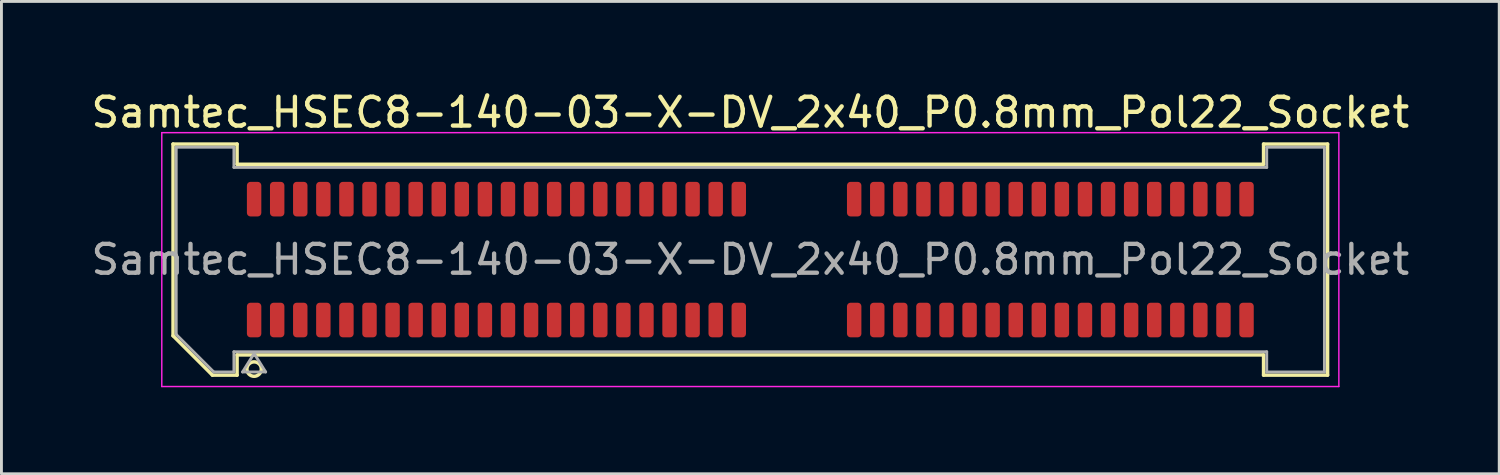
<source format=kicad_pcb>
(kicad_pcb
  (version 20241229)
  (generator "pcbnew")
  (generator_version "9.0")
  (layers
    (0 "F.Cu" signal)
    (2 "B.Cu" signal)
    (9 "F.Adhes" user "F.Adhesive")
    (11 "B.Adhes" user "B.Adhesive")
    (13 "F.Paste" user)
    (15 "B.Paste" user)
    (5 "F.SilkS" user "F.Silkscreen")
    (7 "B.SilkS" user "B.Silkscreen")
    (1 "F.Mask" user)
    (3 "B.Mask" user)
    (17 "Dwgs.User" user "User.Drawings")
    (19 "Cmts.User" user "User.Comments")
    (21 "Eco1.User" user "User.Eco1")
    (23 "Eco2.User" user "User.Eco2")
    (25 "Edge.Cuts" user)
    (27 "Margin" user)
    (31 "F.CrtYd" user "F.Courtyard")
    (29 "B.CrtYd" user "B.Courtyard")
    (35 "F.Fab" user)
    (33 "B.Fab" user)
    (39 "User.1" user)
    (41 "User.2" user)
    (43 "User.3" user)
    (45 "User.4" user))
  (footprint "Samtec_HSEC8-140-03-X-DV_2x40_P0.8mm_Pol22_Socket"
    (layer "F.Cu")
    (at 22.958 5.948)
    (property "Reference" "Samtec_HSEC8-140-03-X-DV_2x40_P0.8mm_Pol22_Socket" (at 0 -5.1 0) (layer "F.SilkS") (effects (font (size 1 1) (thickness 0.15))))
    (attr smd)
    (fp_line (start -20.01 -4.005) (end -17.79 -4.005) (stroke (width 0.12) (type solid)) (layer "F.SilkS"))
    (fp_line (start -20.01 2.641) (end -20.01 -4.005) (stroke (width 0.12) (type solid)) (layer "F.SilkS"))
    (fp_line (start -18.646 4.005) (end -20.01 2.641) (stroke (width 0.12) (type solid)) (layer "F.SilkS"))
    (fp_line (start -17.79 -4.005) (end -17.79 -3.305) (stroke (width 0.12) (type solid)) (layer "F.SilkS"))
    (fp_line (start -17.79 -3.305) (end 17.79 -3.305) (stroke (width 0.12) (type solid)) (layer "F.SilkS"))
    (fp_line (start -17.79 3.305) (end -17.79 4.005) (stroke (width 0.12) (type solid)) (layer "F.SilkS"))
    (fp_line (start -17.79 4.005) (end -18.646 4.005) (stroke (width 0.12) (type solid)) (layer "F.SilkS"))
    (fp_line (start 17.79 -4.005) (end 20.01 -4.005) (stroke (width 0.12) (type solid)) (layer "F.SilkS"))
    (fp_line (start 17.79 -3.305) (end 17.79 -4.005) (stroke (width 0.12) (type solid)) (layer "F.SilkS"))
    (fp_line (start 17.79 3.305) (end -17.79 3.305) (stroke (width 0.12) (type solid)) (layer "F.SilkS"))
    (fp_line (start 17.79 4.005) (end 17.79 3.305) (stroke (width 0.12) (type solid)) (layer "F.SilkS"))
    (fp_line (start 20.01 -4.005) (end 20.01 4.005) (stroke (width 0.12) (type solid)) (layer "F.SilkS"))
    (fp_line (start 20.01 4.005) (end 17.79 4.005) (stroke (width 0.12) (type solid)) (layer "F.SilkS"))
    (fp_arc (start -16.95 3.795) (mid -17.45 3.795) (end -16.95 3.795) (stroke (width 0.12) (type solid)) (layer "F.SilkS"))
    (fp_line (start -20.4 -4.4) (end -20.4 4.4) (stroke (width 0.05) (type solid)) (layer "F.CrtYd"))
    (fp_line (start -20.4 4.4) (end 20.4 4.4) (stroke (width 0.05) (type solid)) (layer "F.CrtYd"))
    (fp_line (start 20.4 -4.4) (end -20.4 -4.4) (stroke (width 0.05) (type solid)) (layer "F.CrtYd"))
    (fp_line (start 20.4 4.4) (end 20.4 -4.4) (stroke (width 0.05) (type solid)) (layer "F.CrtYd"))
    (fp_line (start -19.9 -3.895) (end -17.9 -3.895) (stroke (width 0.1) (type solid)) (layer "F.Fab"))
    (fp_line (start -19.9 2.595) (end -19.9 -3.895) (stroke (width 0.1) (type solid)) (layer "F.Fab"))
    (fp_line (start -18.6 3.895) (end -19.9 2.595) (stroke (width 0.1) (type solid)) (layer "F.Fab"))
    (fp_line (start -17.9 -3.895) (end -17.9 -3.195) (stroke (width 0.1) (type solid)) (layer "F.Fab"))
    (fp_line (start -17.9 -3.195) (end 17.9 -3.195) (stroke (width 0.1) (type solid)) (layer "F.Fab"))
    (fp_line (start -17.9 3.195) (end -17.9 3.895) (stroke (width 0.1) (type solid)) (layer "F.Fab"))
    (fp_line (start -17.9 3.895) (end -18.6 3.895) (stroke (width 0.1) (type solid)) (layer "F.Fab"))
    (fp_line (start -17.6 3.895) (end -17.2 3.255) (stroke (width 0.1) (type solid)) (layer "F.Fab"))
    (fp_line (start -17.2 3.255) (end -16.8 3.895) (stroke (width 0.1) (type solid)) (layer "F.Fab"))
    (fp_line (start -16.8 3.895) (end -17.6 3.895) (stroke (width 0.1) (type solid)) (layer "F.Fab"))
    (fp_line (start 17.9 -3.895) (end 19.9 -3.895) (stroke (width 0.1) (type solid)) (layer "F.Fab"))
    (fp_line (start 17.9 -3.195) (end 17.9 -3.895) (stroke (width 0.1) (type solid)) (layer "F.Fab"))
    (fp_line (start 17.9 3.195) (end -17.9 3.195) (stroke (width 0.1) (type solid)) (layer "F.Fab"))
    (fp_line (start 17.9 3.895) (end 17.9 3.195) (stroke (width 0.1) (type solid)) (layer "F.Fab"))
    (fp_line (start 19.9 -3.895) (end 19.9 3.895) (stroke (width 0.1) (type solid)) (layer "F.Fab"))
    (fp_line (start 19.9 3.895) (end 17.9 3.895) (stroke (width 0.1) (type solid)) (layer "F.Fab"))
    (fp_text user "${REFERENCE}" (at 0 0 0) (layer "F.Fab") (effects (font (size 1 1) (thickness 0.15))))
    (pad "1" smd roundrect (at -17.2 2.095) (size 0.5 1.2) (layers "F.Cu" "F.Mask" "F.Paste") (roundrect_rratio 0.25))
    (pad "2" smd roundrect (at -17.2 -2.095) (size 0.5 1.2) (layers "F.Cu" "F.Mask" "F.Paste") (roundrect_rratio 0.25))
    (pad "3" smd roundrect (at -16.4 2.095) (size 0.5 1.2) (layers "F.Cu" "F.Mask" "F.Paste") (roundrect_rratio 0.25))
    (pad "4" smd roundrect (at -16.4 -2.095) (size 0.5 1.2) (layers "F.Cu" "F.Mask" "F.Paste") (roundrect_rratio 0.25))
    (pad "5" smd roundrect (at -15.6 2.095) (size 0.5 1.2) (layers "F.Cu" "F.Mask" "F.Paste") (roundrect_rratio 0.25))
    (pad "6" smd roundrect (at -15.6 -2.095) (size 0.5 1.2) (layers "F.Cu" "F.Mask" "F.Paste") (roundrect_rratio 0.25))
    (pad "7" smd roundrect (at -14.8 2.095) (size 0.5 1.2) (layers "F.Cu" "F.Mask" "F.Paste") (roundrect_rratio 0.25))
    (pad "8" smd roundrect (at -14.8 -2.095) (size 0.5 1.2) (layers "F.Cu" "F.Mask" "F.Paste") (roundrect_rratio 0.25))
    (pad "9" smd roundrect (at -14 2.095) (size 0.5 1.2) (layers "F.Cu" "F.Mask" "F.Paste") (roundrect_rratio 0.25))
    (pad "10" smd roundrect (at -14 -2.095) (size 0.5 1.2) (layers "F.Cu" "F.Mask" "F.Paste") (roundrect_rratio 0.25))
    (pad "11" smd roundrect (at -13.2 2.095) (size 0.5 1.2) (layers "F.Cu" "F.Mask" "F.Paste") (roundrect_rratio 0.25))
    (pad "12" smd roundrect (at -13.2 -2.095) (size 0.5 1.2) (layers "F.Cu" "F.Mask" "F.Paste") (roundrect_rratio 0.25))
    (pad "13" smd roundrect (at -12.4 2.095) (size 0.5 1.2) (layers "F.Cu" "F.Mask" "F.Paste") (roundrect_rratio 0.25))
    (pad "14" smd roundrect (at -12.4 -2.095) (size 0.5 1.2) (layers "F.Cu" "F.Mask" "F.Paste") (roundrect_rratio 0.25))
    (pad "15" smd roundrect (at -11.6 2.095) (size 0.5 1.2) (layers "F.Cu" "F.Mask" "F.Paste") (roundrect_rratio 0.25))
    (pad "16" smd roundrect (at -11.6 -2.095) (size 0.5 1.2) (layers "F.Cu" "F.Mask" "F.Paste") (roundrect_rratio 0.25))
    (pad "17" smd roundrect (at -10.8 2.095) (size 0.5 1.2) (layers "F.Cu" "F.Mask" "F.Paste") (roundrect_rratio 0.25))
    (pad "18" smd roundrect (at -10.8 -2.095) (size 0.5 1.2) (layers "F.Cu" "F.Mask" "F.Paste") (roundrect_rratio 0.25))
    (pad "19" smd roundrect (at -10 2.095) (size 0.5 1.2) (layers "F.Cu" "F.Mask" "F.Paste") (roundrect_rratio 0.25))
    (pad "20" smd roundrect (at -10 -2.095) (size 0.5 1.2) (layers "F.Cu" "F.Mask" "F.Paste") (roundrect_rratio 0.25))
    (pad "21" smd roundrect (at -9.2 2.095) (size 0.5 1.2) (layers "F.Cu" "F.Mask" "F.Paste") (roundrect_rratio 0.25))
    (pad "22" smd roundrect (at -9.2 -2.095) (size 0.5 1.2) (layers "F.Cu" "F.Mask" "F.Paste") (roundrect_rratio 0.25))
    (pad "23" smd roundrect (at -8.4 2.095) (size 0.5 1.2) (layers "F.Cu" "F.Mask" "F.Paste") (roundrect_rratio 0.25))
    (pad "24" smd roundrect (at -8.4 -2.095) (size 0.5 1.2) (layers "F.Cu" "F.Mask" "F.Paste") (roundrect_rratio 0.25))
    (pad "25" smd roundrect (at -7.6 2.095) (size 0.5 1.2) (layers "F.Cu" "F.Mask" "F.Paste") (roundrect_rratio 0.25))
    (pad "26" smd roundrect (at -7.6 -2.095) (size 0.5 1.2) (layers "F.Cu" "F.Mask" "F.Paste") (roundrect_rratio 0.25))
    (pad "27" smd roundrect (at -6.8 2.095) (size 0.5 1.2) (layers "F.Cu" "F.Mask" "F.Paste") (roundrect_rratio 0.25))
    (pad "28" smd roundrect (at -6.8 -2.095) (size 0.5 1.2) (layers "F.Cu" "F.Mask" "F.Paste") (roundrect_rratio 0.25))
    (pad "29" smd roundrect (at -6 2.095) (size 0.5 1.2) (layers "F.Cu" "F.Mask" "F.Paste") (roundrect_rratio 0.25))
    (pad "30" smd roundrect (at -6 -2.095) (size 0.5 1.2) (layers "F.Cu" "F.Mask" "F.Paste") (roundrect_rratio 0.25))
    (pad "31" smd roundrect (at -5.2 2.095) (size 0.5 1.2) (layers "F.Cu" "F.Mask" "F.Paste") (roundrect_rratio 0.25))
    (pad "32" smd roundrect (at -5.2 -2.095) (size 0.5 1.2) (layers "F.Cu" "F.Mask" "F.Paste") (roundrect_rratio 0.25))
    (pad "33" smd roundrect (at -4.4 2.095) (size 0.5 1.2) (layers "F.Cu" "F.Mask" "F.Paste") (roundrect_rratio 0.25))
    (pad "34" smd roundrect (at -4.4 -2.095) (size 0.5 1.2) (layers "F.Cu" "F.Mask" "F.Paste") (roundrect_rratio 0.25))
    (pad "35" smd roundrect (at -3.6 2.095) (size 0.5 1.2) (layers "F.Cu" "F.Mask" "F.Paste") (roundrect_rratio 0.25))
    (pad "36" smd roundrect (at -3.6 -2.095) (size 0.5 1.2) (layers "F.Cu" "F.Mask" "F.Paste") (roundrect_rratio 0.25))
    (pad "37" smd roundrect (at -2.8 2.095) (size 0.5 1.2) (layers "F.Cu" "F.Mask" "F.Paste") (roundrect_rratio 0.25))
    (pad "38" smd roundrect (at -2.8 -2.095) (size 0.5 1.2) (layers "F.Cu" "F.Mask" "F.Paste") (roundrect_rratio 0.25))
    (pad "39" smd roundrect (at -2 2.095) (size 0.5 1.2) (layers "F.Cu" "F.Mask" "F.Paste") (roundrect_rratio 0.25))
    (pad "40" smd roundrect (at -2 -2.095) (size 0.5 1.2) (layers "F.Cu" "F.Mask" "F.Paste") (roundrect_rratio 0.25))
    (pad "41" smd roundrect (at -1.2 2.095) (size 0.5 1.2) (layers "F.Cu" "F.Mask" "F.Paste") (roundrect_rratio 0.25))
    (pad "42" smd roundrect (at -1.2 -2.095) (size 0.5 1.2) (layers "F.Cu" "F.Mask" "F.Paste") (roundrect_rratio 0.25))
    (pad "43" smd roundrect (at -0.4 2.095) (size 0.5 1.2) (layers "F.Cu" "F.Mask" "F.Paste") (roundrect_rratio 0.25))
    (pad "44" smd roundrect (at -0.4 -2.095) (size 0.5 1.2) (layers "F.Cu" "F.Mask" "F.Paste") (roundrect_rratio 0.25))
    (pad "45" smd roundrect (at 3.6 2.095) (size 0.5 1.2) (layers "F.Cu" "F.Mask" "F.Paste") (roundrect_rratio 0.25))
    (pad "46" smd roundrect (at 3.6 -2.095) (size 0.5 1.2) (layers "F.Cu" "F.Mask" "F.Paste") (roundrect_rratio 0.25))
    (pad "47" smd roundrect (at 4.4 2.095) (size 0.5 1.2) (layers "F.Cu" "F.Mask" "F.Paste") (roundrect_rratio 0.25))
    (pad "48" smd roundrect (at 4.4 -2.095) (size 0.5 1.2) (layers "F.Cu" "F.Mask" "F.Paste") (roundrect_rratio 0.25))
    (pad "49" smd roundrect (at 5.2 2.095) (size 0.5 1.2) (layers "F.Cu" "F.Mask" "F.Paste") (roundrect_rratio 0.25))
    (pad "50" smd roundrect (at 5.2 -2.095) (size 0.5 1.2) (layers "F.Cu" "F.Mask" "F.Paste") (roundrect_rratio 0.25))
    (pad "51" smd roundrect (at 6 2.095) (size 0.5 1.2) (layers "F.Cu" "F.Mask" "F.Paste") (roundrect_rratio 0.25))
    (pad "52" smd roundrect (at 6 -2.095) (size 0.5 1.2) (layers "F.Cu" "F.Mask" "F.Paste") (roundrect_rratio 0.25))
    (pad "53" smd roundrect (at 6.8 2.095) (size 0.5 1.2) (layers "F.Cu" "F.Mask" "F.Paste") (roundrect_rratio 0.25))
    (pad "54" smd roundrect (at 6.8 -2.095) (size 0.5 1.2) (layers "F.Cu" "F.Mask" "F.Paste") (roundrect_rratio 0.25))
    (pad "55" smd roundrect (at 7.6 2.095) (size 0.5 1.2) (layers "F.Cu" "F.Mask" "F.Paste") (roundrect_rratio 0.25))
    (pad "56" smd roundrect (at 7.6 -2.095) (size 0.5 1.2) (layers "F.Cu" "F.Mask" "F.Paste") (roundrect_rratio 0.25))
    (pad "57" smd roundrect (at 8.4 2.095) (size 0.5 1.2) (layers "F.Cu" "F.Mask" "F.Paste") (roundrect_rratio 0.25))
    (pad "58" smd roundrect (at 8.4 -2.095) (size 0.5 1.2) (layers "F.Cu" "F.Mask" "F.Paste") (roundrect_rratio 0.25))
    (pad "59" smd roundrect (at 9.2 2.095) (size 0.5 1.2) (layers "F.Cu" "F.Mask" "F.Paste") (roundrect_rratio 0.25))
    (pad "60" smd roundrect (at 9.2 -2.095) (size 0.5 1.2) (layers "F.Cu" "F.Mask" "F.Paste") (roundrect_rratio 0.25))
    (pad "61" smd roundrect (at 10 2.095) (size 0.5 1.2) (layers "F.Cu" "F.Mask" "F.Paste") (roundrect_rratio 0.25))
    (pad "62" smd roundrect (at 10 -2.095) (size 0.5 1.2) (layers "F.Cu" "F.Mask" "F.Paste") (roundrect_rratio 0.25))
    (pad "63" smd roundrect (at 10.8 2.095) (size 0.5 1.2) (layers "F.Cu" "F.Mask" "F.Paste") (roundrect_rratio 0.25))
    (pad "64" smd roundrect (at 10.8 -2.095) (size 0.5 1.2) (layers "F.Cu" "F.Mask" "F.Paste") (roundrect_rratio 0.25))
    (pad "65" smd roundrect (at 11.6 2.095) (size 0.5 1.2) (layers "F.Cu" "F.Mask" "F.Paste") (roundrect_rratio 0.25))
    (pad "66" smd roundrect (at 11.6 -2.095) (size 0.5 1.2) (layers "F.Cu" "F.Mask" "F.Paste") (roundrect_rratio 0.25))
    (pad "67" smd roundrect (at 12.4 2.095) (size 0.5 1.2) (layers "F.Cu" "F.Mask" "F.Paste") (roundrect_rratio 0.25))
    (pad "68" smd roundrect (at 12.4 -2.095) (size 0.5 1.2) (layers "F.Cu" "F.Mask" "F.Paste") (roundrect_rratio 0.25))
    (pad "69" smd roundrect (at 13.2 2.095) (size 0.5 1.2) (layers "F.Cu" "F.Mask" "F.Paste") (roundrect_rratio 0.25))
    (pad "70" smd roundrect (at 13.2 -2.095) (size 0.5 1.2) (layers "F.Cu" "F.Mask" "F.Paste") (roundrect_rratio 0.25))
    (pad "71" smd roundrect (at 14 2.095) (size 0.5 1.2) (layers "F.Cu" "F.Mask" "F.Paste") (roundrect_rratio 0.25))
    (pad "72" smd roundrect (at 14 -2.095) (size 0.5 1.2) (layers "F.Cu" "F.Mask" "F.Paste") (roundrect_rratio 0.25))
    (pad "73" smd roundrect (at 14.8 2.095) (size 0.5 1.2) (layers "F.Cu" "F.Mask" "F.Paste") (roundrect_rratio 0.25))
    (pad "74" smd roundrect (at 14.8 -2.095) (size 0.5 1.2) (layers "F.Cu" "F.Mask" "F.Paste") (roundrect_rratio 0.25))
    (pad "75" smd roundrect (at 15.6 2.095) (size 0.5 1.2) (layers "F.Cu" "F.Mask" "F.Paste") (roundrect_rratio 0.25))
    (pad "76" smd roundrect (at 15.6 -2.095) (size 0.5 1.2) (layers "F.Cu" "F.Mask" "F.Paste") (roundrect_rratio 0.25))
    (pad "77" smd roundrect (at 16.4 2.095) (size 0.5 1.2) (layers "F.Cu" "F.Mask" "F.Paste") (roundrect_rratio 0.25))
    (pad "78" smd roundrect (at 16.4 -2.095) (size 0.5 1.2) (layers "F.Cu" "F.Mask" "F.Paste") (roundrect_rratio 0.25))
    (pad "79" smd roundrect (at 17.2 2.095) (size 0.5 1.2) (layers "F.Cu" "F.Mask" "F.Paste") (roundrect_rratio 0.25))
    (pad "80" smd roundrect (at 17.2 -2.095) (size 0.5 1.2) (layers "F.Cu" "F.Mask" "F.Paste") (roundrect_rratio 0.25)))
  (gr_rect
    (start -3 -3)
    (end 48.917 13.373)
    (stroke (width 0.1) (type default))
    (fill no)
    (layer "Edge.Cuts")))
</source>
